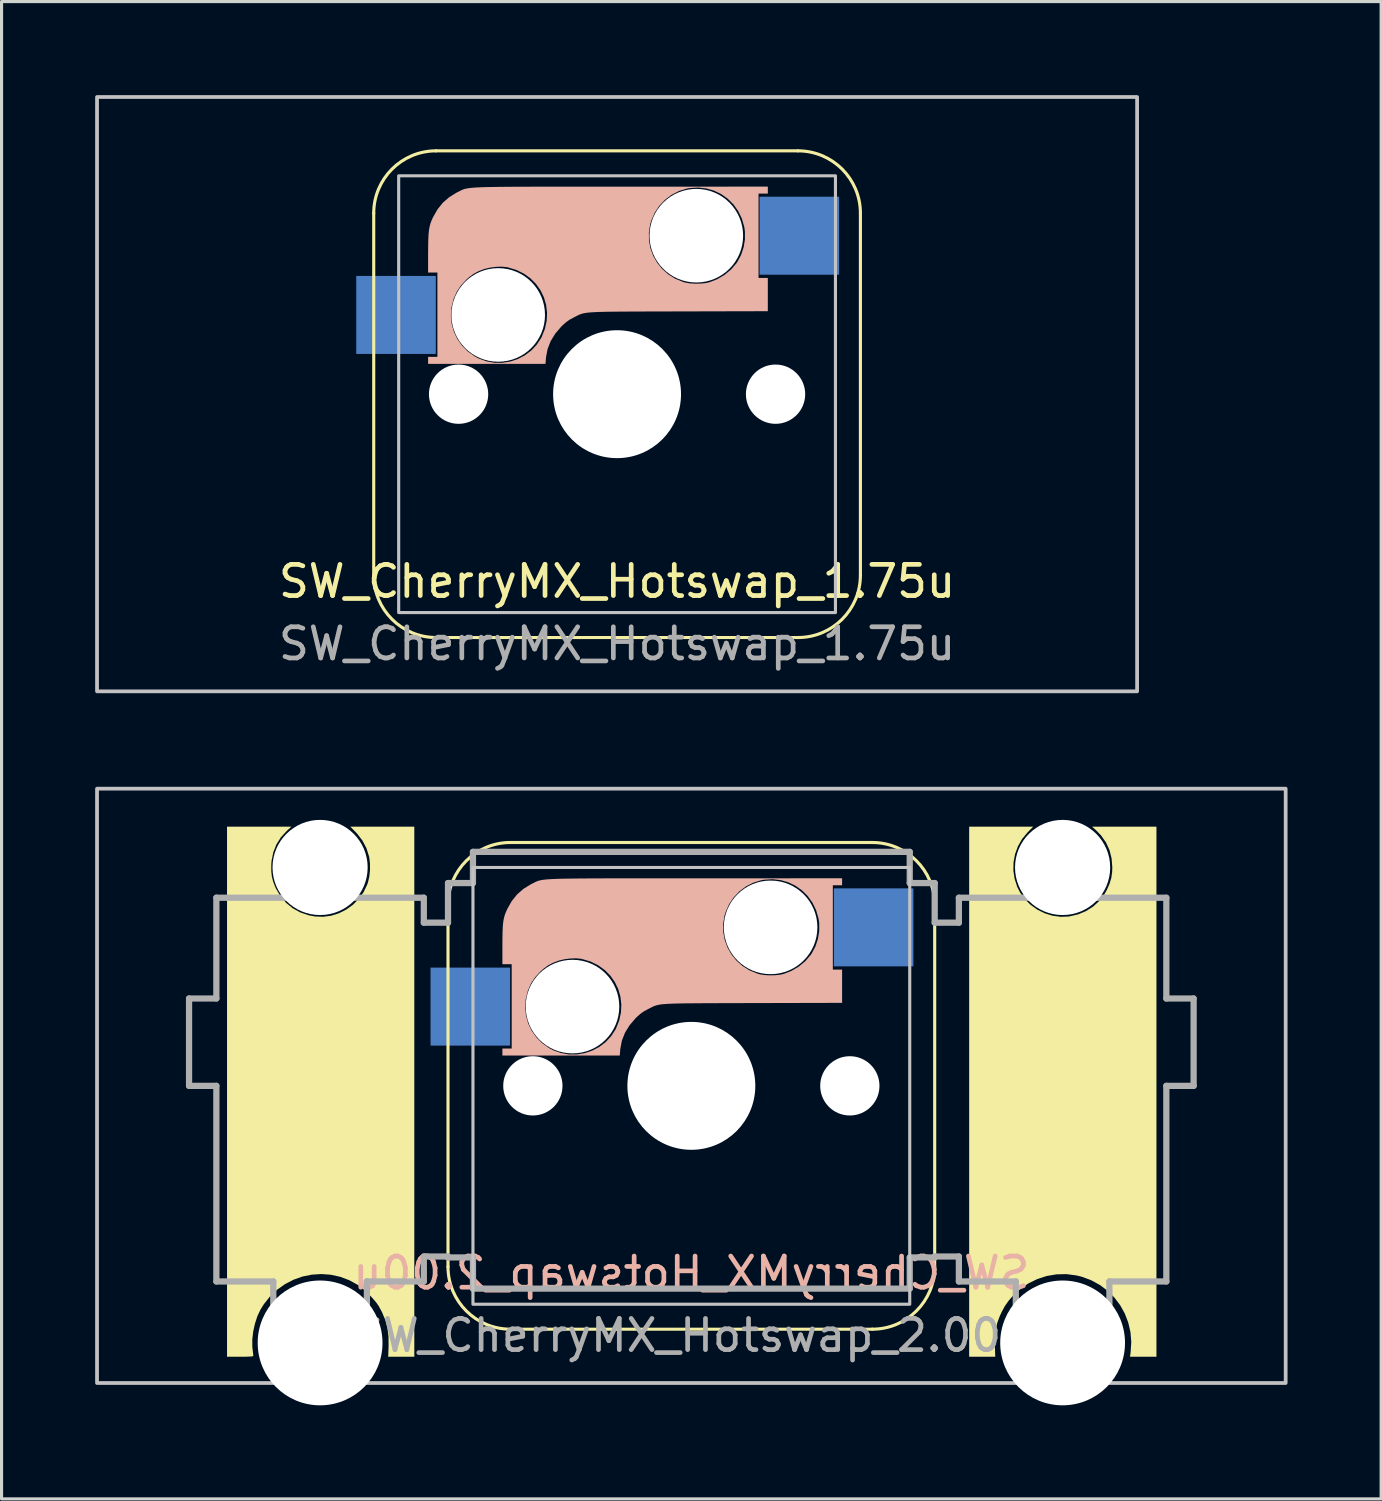
<source format=kicad_pcb>
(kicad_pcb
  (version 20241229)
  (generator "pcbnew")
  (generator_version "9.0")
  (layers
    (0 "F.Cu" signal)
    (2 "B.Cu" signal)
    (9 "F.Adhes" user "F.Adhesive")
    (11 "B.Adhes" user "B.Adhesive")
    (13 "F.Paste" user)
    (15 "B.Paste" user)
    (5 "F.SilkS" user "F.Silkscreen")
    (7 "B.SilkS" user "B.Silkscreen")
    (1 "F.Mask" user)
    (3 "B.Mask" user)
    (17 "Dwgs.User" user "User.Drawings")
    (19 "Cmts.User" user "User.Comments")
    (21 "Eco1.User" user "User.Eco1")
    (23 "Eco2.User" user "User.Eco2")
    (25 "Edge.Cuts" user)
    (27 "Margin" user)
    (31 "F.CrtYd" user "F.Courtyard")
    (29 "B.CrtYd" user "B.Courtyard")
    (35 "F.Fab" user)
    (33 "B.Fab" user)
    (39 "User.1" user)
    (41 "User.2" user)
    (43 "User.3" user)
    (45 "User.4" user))
  (footprint "SW_CherryMX_Hotswap_1.75u"
    (layer "F.Cu")
    (at 16.729 9.585)
    (property "Reference" "SW_CherryMX_Hotswap_1.75u" (at 0 6 0) (unlocked yes) (layer "F.SilkS") (effects (font (size 1 1) (thickness 0.15))))
    (attr smd)
    (fp_line (start -7.8 -5.8) (end -7.8 5.8) (stroke (width 0.1) (type default)) (layer "F.SilkS"))
    (fp_line (start -5.8 -7.8) (end 5.8 -7.8) (stroke (width 0.1) (type default)) (layer "F.SilkS"))
    (fp_line (start -5.8 7.8) (end 5.8 7.8) (stroke (width 0.1) (type default)) (layer "F.SilkS"))
    (fp_line (start 7.8 -5.8) (end 7.8 5.8) (stroke (width 0.1) (type default)) (layer "F.SilkS"))
    (fp_arc (start -7.8 -5.8) (mid -7.214214 -7.214214) (end -5.8 -7.8) (stroke (width 0.1) (type default)) (layer "F.SilkS"))
    (fp_arc (start -5.8 7.8) (mid -7.214214 7.214214) (end -7.8 5.8) (stroke (width 0.1) (type default)) (layer "F.SilkS"))
    (fp_arc (start 5.8 -7.8) (mid 7.214214 -7.214214) (end 7.8 -5.8) (stroke (width 0.1) (type default)) (layer "F.SilkS"))
    (fp_arc (start 7.8 5.8) (mid 7.214214 7.214214) (end 5.8 7.8) (stroke (width 0.1) (type default)) (layer "F.SilkS"))
    (fp_poly (pts (xy -6.057 -1.196) (xy -5.759 -1.196) (xy -5.759 -3.899) (xy -6.057 -3.899) (xy -6.057 -4.526) (xy -6.055 -4.762) (xy -6.051 -4.956) (xy -6.043 -5.116) (xy -6.03 -5.249) (xy -6.011 -5.361) (xy -5.985 -5.462) (xy -5.95 -5.558) (xy -5.907 -5.656) (xy -5.899 -5.672) (xy -5.756 -5.924) (xy -5.584 -6.137) (xy -5.379 -6.316) (xy -5.138 -6.464) (xy -5.102 -6.481) (xy -5.062 -6.501) (xy -5.026 -6.52) (xy -4.992 -6.537) (xy -4.958 -6.552) (xy -4.922 -6.566) (xy -4.882 -6.579) (xy -4.835 -6.59) (xy -4.78 -6.6) (xy -4.713 -6.609) (xy -4.634 -6.617) (xy -4.539 -6.624) (xy -4.428 -6.63) (xy -4.296 -6.635) (xy -4.143 -6.639) (xy -3.966 -6.642) (xy -3.764 -6.645) (xy -3.533 -6.647) (xy -3.272 -6.649) (xy -2.978 -6.65) (xy -2.65 -6.651) (xy -2.285 -6.652) (xy -1.881 -6.652) (xy -1.437 -6.652) (xy -0.948 -6.652) (xy -0.415 -6.652) (xy 0.138 -6.652) (xy 4.832 -6.653) (xy 4.832 -6.429) (xy 4.535 -6.429) (xy 4.535 -4.964) (xy 4.099 -4.964) (xy 4.098 -5.219) (xy 4.077 -5.362) (xy 4 -5.628) (xy 3.883 -5.869) (xy 3.732 -6.082) (xy 3.549 -6.264) (xy 3.341 -6.413) (xy 3.111 -6.524) (xy 2.863 -6.595) (xy 2.602 -6.624) (xy 2.333 -6.607) (xy 2.24 -6.591) (xy 1.984 -6.512) (xy 1.748 -6.391) (xy 1.537 -6.232) (xy 1.355 -6.039) (xy 1.207 -5.817) (xy 1.098 -5.569) (xy 1.061 -5.447) (xy 1.019 -5.185) (xy 1.023 -4.926) (xy 1.07 -4.674) (xy 1.158 -4.436) (xy 1.284 -4.214) (xy 1.444 -4.016) (xy 1.637 -3.844) (xy 1.858 -3.705) (xy 2.104 -3.602) (xy 2.203 -3.574) (xy 2.339 -3.552) (xy 2.501 -3.542) (xy 2.671 -3.545) (xy 2.83 -3.56) (xy 2.958 -3.587) (xy 3.212 -3.686) (xy 3.447 -3.825) (xy 3.655 -3.998) (xy 3.827 -4.199) (xy 3.855 -4.239) (xy 3.975 -4.463) (xy 4.057 -4.708) (xy 4.099 -4.964) (xy 4.535 -4.964) (xy 4.535 -3.726) (xy 4.832 -3.726) (xy 4.832 -2.66) (xy 1.961 -2.653) (xy 1.516 -2.652) (xy 1.117 -2.651) (xy 0.762 -2.65) (xy 0.448 -2.649) (xy 0.172 -2.647) (xy -0.069 -2.645) (xy -0.277 -2.643) (xy -0.456 -2.639) (xy -0.609 -2.635) (xy -0.738 -2.629) (xy -0.846 -2.622) (xy -0.936 -2.614) (xy -0.954 -2.612) (xy -2.244 -2.612) (xy -2.274 -2.863) (xy -2.344 -3.103) (xy -2.453 -3.328) (xy -2.597 -3.533) (xy -2.776 -3.713) (xy -2.985 -3.864) (xy -3.224 -3.982) (xy -3.489 -4.062) (xy -3.546 -4.074) (xy -3.699 -4.088) (xy -3.878 -4.082) (xy -4.062 -4.059) (xy -4.231 -4.02) (xy -4.265 -4.009) (xy -4.441 -3.942) (xy -4.589 -3.863) (xy -4.729 -3.761) (xy -4.832 -3.67) (xy -5.006 -3.483) (xy -5.138 -3.283) (xy -5.237 -3.058) (xy -5.242 -3.045) (xy -5.308 -2.779) (xy -5.327 -2.514) (xy -5.301 -2.254) (xy -5.232 -2.005) (xy -5.121 -1.772) (xy -4.972 -1.559) (xy -4.786 -1.371) (xy -4.566 -1.214) (xy -4.43 -1.142) (xy -4.184 -1.052) (xy -3.93 -1.007) (xy -3.674 -1.006) (xy -3.423 -1.047) (xy -3.181 -1.127) (xy -2.956 -1.244) (xy -2.752 -1.398) (xy -2.576 -1.585) (xy -2.433 -1.803) (xy -2.417 -1.834) (xy -2.313 -2.093) (xy -2.256 -2.353) (xy -2.244 -2.612) (xy -0.954 -2.612) (xy -1.011 -2.604) (xy -1.075 -2.592) (xy -1.129 -2.578) (xy -1.177 -2.562) (xy -1.221 -2.544) (xy -1.265 -2.523) (xy -1.311 -2.499) (xy -1.362 -2.473) (xy -1.393 -2.457) (xy -1.521 -2.388) (xy -1.631 -2.31) (xy -1.742 -2.212) (xy -1.79 -2.165) (xy -1.983 -1.938) (xy -2.129 -1.699) (xy -2.227 -1.448) (xy -2.277 -1.185) (xy -2.28 -1.154) (xy -2.294 -0.972) (xy -6.057 -0.972)) (stroke (width 0) (type solid)) (fill yes) (layer "B.SilkS"))
    (fp_rect (start -16.669 -9.525) (end 16.669 9.525) (stroke (width 0.12) (type solid)) (fill no) (layer "Dwgs.User"))
    (fp_rect (start -7 7) (end 7 -7) (stroke (width 0.1) (type default)) (fill no) (layer "Dwgs.User"))
    (fp_text user "${REFERENCE}" (at 0 8 0) (unlocked yes) (layer "F.Fab") (effects (font (size 1 1) (thickness 0.15))))
    (pad "" np_thru_hole circle (at -5.08 0) (size 1.9 1.9) (drill 1.9) (layers "*.Cu" "*.Mask"))
    (pad "" np_thru_hole circle (at -3.81 -2.54) (size 3 3) (drill 3) (layers "*.Cu" "*.Mask"))
    (pad "" np_thru_hole circle (at 0 0) (size 4.1 4.1) (drill 4.1) (layers "*.Cu" "*.Mask"))
    (pad "" np_thru_hole circle (at 2.54 -5.08) (size 3 3) (drill 3) (layers "*.Cu" "*.Mask"))
    (pad "" np_thru_hole circle (at 5.08 0) (size 1.9 1.9) (drill 1.9) (layers "*.Cu" "*.Mask"))
    (pad "1" smd rect (at -7.085 -2.54) (size 2.55 2.5) (layers "B.Cu" "B.Mask" "B.Paste"))
    (pad "2" smd rect (at 5.842 -5.08) (size 2.55 2.5) (layers "B.Cu" "B.Mask" "B.Paste")))
  (footprint "SW_CherryMX_Hotswap_2.00u"
    (layer "F.Cu")
    (at 19.11 31.755)
    (property "Reference" "SW_CherryMX_Hotswap_2.00u" (at 0 6 0) (unlocked yes) (layer "B.SilkS") (effects (font (size 1 1) (thickness 0.15)) (justify mirror)))
    (attr smd)
    (fp_line (start -7.8 -5.8) (end -7.8 5.8) (stroke (width 0.1) (type default)) (layer "F.SilkS"))
    (fp_line (start -5.8 -7.8) (end 5.8 -7.8) (stroke (width 0.1) (type default)) (layer "F.SilkS"))
    (fp_line (start -5.8 7.8) (end 5.8 7.8) (stroke (width 0.1) (type default)) (layer "F.SilkS"))
    (fp_line (start 7.8 -5.8) (end 7.8 5.8) (stroke (width 0.1) (type default)) (layer "F.SilkS"))
    (fp_arc (start -7.8 -5.8) (mid -7.214214 -7.214214) (end -5.8 -7.8) (stroke (width 0.1) (type default)) (layer "F.SilkS"))
    (fp_arc (start -5.8 7.8) (mid -7.214214 7.214214) (end -7.8 5.8) (stroke (width 0.1) (type default)) (layer "F.SilkS"))
    (fp_arc (start 5.8 -7.8) (mid 7.214214 -7.214214) (end 7.8 -5.8) (stroke (width 0.1) (type default)) (layer "F.SilkS"))
    (fp_arc (start 7.8 5.8) (mid 7.214214 7.214214) (end 5.8 7.8) (stroke (width 0.1) (type default)) (layer "F.SilkS"))
    (fp_poly (pts (xy 10.778 -8.126) (xy 10.602 -7.914) (xy 10.468 -7.679) (xy 10.376 -7.428) (xy 10.327 -7.166) (xy 10.322 -6.9) (xy 10.362 -6.635) (xy 10.446 -6.377) (xy 10.535 -6.2) (xy 10.687 -5.986) (xy 10.874 -5.801) (xy 11.089 -5.648) (xy 11.325 -5.531) (xy 11.576 -5.453) (xy 11.834 -5.418) (xy 12.093 -5.427) (xy 12.119 -5.431) (xy 12.397 -5.496) (xy 12.652 -5.602) (xy 12.88 -5.747) (xy 13.078 -5.929) (xy 13.242 -6.145) (xy 13.321 -6.287) (xy 13.407 -6.484) (xy 13.462 -6.668) (xy 13.488 -6.857) (xy 13.493 -7.005) (xy 13.47 -7.292) (xy 13.402 -7.559) (xy 13.289 -7.804) (xy 13.132 -8.027) (xy 12.985 -8.18) (xy 12.845 -8.308) (xy 14.908 -8.308) (xy 14.908 8.683) (xy 14.061 8.683) (xy 14.08 8.54) (xy 14.101 8.214) (xy 14.075 7.895) (xy 14.005 7.59) (xy 13.894 7.3) (xy 13.745 7.031) (xy 13.56 6.786) (xy 13.342 6.568) (xy 13.093 6.382) (xy 12.816 6.231) (xy 12.515 6.119) (xy 12.341 6.076) (xy 12.023 6.035) (xy 11.705 6.042) (xy 11.393 6.094) (xy 11.092 6.191) (xy 10.807 6.33) (xy 10.544 6.509) (xy 10.309 6.727) (xy 10.302 6.734) (xy 10.162 6.898) (xy 10.048 7.061) (xy 9.95 7.242) (xy 9.884 7.385) (xy 9.81 7.582) (xy 9.761 7.777) (xy 9.734 7.986) (xy 9.726 8.22) (xy 9.729 8.341) (xy 9.741 8.683) (xy 8.905 8.683) (xy 8.905 -8.308) (xy 10.957 -8.308)) (stroke (width 0) (type solid)) (fill yes) (layer "F.SilkS"))
    (fp_poly (pts (xy -12.968 -8.172) (xy -13.157 -7.966) (xy -13.3 -7.739) (xy -13.399 -7.49) (xy -13.454 -7.22) (xy -13.464 -7.099) (xy -13.465 -6.892) (xy -13.447 -6.714) (xy -13.405 -6.547) (xy -13.337 -6.372) (xy -13.308 -6.311) (xy -13.165 -6.07) (xy -12.987 -5.863) (xy -12.777 -5.692) (xy -12.539 -5.56) (xy -12.274 -5.469) (xy -12.066 -5.429) (xy -11.801 -5.419) (xy -11.541 -5.454) (xy -11.292 -5.533) (xy -11.059 -5.651) (xy -10.847 -5.804) (xy -10.661 -5.99) (xy -10.508 -6.205) (xy -10.392 -6.446) (xy -10.365 -6.522) (xy -10.322 -6.709) (xy -10.3 -6.92) (xy -10.301 -7.134) (xy -10.325 -7.33) (xy -10.33 -7.351) (xy -10.414 -7.616) (xy -10.543 -7.862) (xy -10.713 -8.084) (xy -10.753 -8.126) (xy -10.932 -8.308) (xy -8.88 -8.308) (xy -8.88 8.683) (xy -9.717 8.683) (xy -9.704 8.341) (xy -9.707 8.039) (xy -9.741 7.765) (xy -9.809 7.508) (xy -9.915 7.255) (xy -10.025 7.052) (xy -10.095 6.952) (xy -10.195 6.833) (xy -10.312 6.707) (xy -10.437 6.585) (xy -10.559 6.477) (xy -10.667 6.395) (xy -10.678 6.388) (xy -10.962 6.231) (xy -11.258 6.12) (xy -11.56 6.054) (xy -11.866 6.032) (xy -12.169 6.052) (xy -12.467 6.113) (xy -12.754 6.215) (xy -13.025 6.356) (xy -13.278 6.535) (xy -13.506 6.751) (xy -13.706 7.003) (xy -13.81 7.17) (xy -13.909 7.38) (xy -13.987 7.618) (xy -14.043 7.87) (xy -14.073 8.12) (xy -14.073 8.354) (xy -14.065 8.435) (xy -14.053 8.529) (xy -14.045 8.605) (xy -14.04 8.649) (xy -14.04 8.652) (xy -14.052 8.664) (xy -14.092 8.673) (xy -14.165 8.678) (xy -14.276 8.682) (xy -14.43 8.683) (xy -14.461 8.683) (xy -14.883 8.683) (xy -14.883 -8.308) (xy -12.821 -8.308)) (stroke (width 0) (type solid)) (fill yes) (layer "F.SilkS"))
    (fp_poly (pts (xy -6.057 -1.196) (xy -5.759 -1.196) (xy -5.759 -3.899) (xy -6.057 -3.899) (xy -6.057 -4.526) (xy -6.055 -4.762) (xy -6.051 -4.956) (xy -6.043 -5.116) (xy -6.03 -5.249) (xy -6.011 -5.361) (xy -5.985 -5.462) (xy -5.95 -5.558) (xy -5.907 -5.656) (xy -5.899 -5.672) (xy -5.756 -5.924) (xy -5.584 -6.137) (xy -5.379 -6.316) (xy -5.138 -6.464) (xy -5.102 -6.481) (xy -5.062 -6.501) (xy -5.026 -6.52) (xy -4.992 -6.537) (xy -4.958 -6.552) (xy -4.922 -6.566) (xy -4.882 -6.579) (xy -4.835 -6.59) (xy -4.78 -6.6) (xy -4.713 -6.609) (xy -4.634 -6.617) (xy -4.539 -6.624) (xy -4.428 -6.63) (xy -4.296 -6.635) (xy -4.143 -6.639) (xy -3.966 -6.642) (xy -3.764 -6.645) (xy -3.533 -6.647) (xy -3.272 -6.649) (xy -2.978 -6.65) (xy -2.65 -6.651) (xy -2.285 -6.652) (xy -1.881 -6.652) (xy -1.437 -6.652) (xy -0.948 -6.652) (xy -0.415 -6.652) (xy 0.138 -6.652) (xy 4.832 -6.653) (xy 4.832 -6.429) (xy 4.535 -6.429) (xy 4.535 -4.964) (xy 4.099 -4.964) (xy 4.098 -5.219) (xy 4.077 -5.362) (xy 4 -5.628) (xy 3.883 -5.869) (xy 3.732 -6.082) (xy 3.549 -6.264) (xy 3.341 -6.413) (xy 3.111 -6.524) (xy 2.863 -6.595) (xy 2.602 -6.624) (xy 2.333 -6.607) (xy 2.24 -6.591) (xy 1.984 -6.512) (xy 1.748 -6.391) (xy 1.537 -6.232) (xy 1.355 -6.039) (xy 1.207 -5.817) (xy 1.098 -5.569) (xy 1.061 -5.447) (xy 1.019 -5.185) (xy 1.023 -4.926) (xy 1.07 -4.674) (xy 1.158 -4.436) (xy 1.284 -4.214) (xy 1.444 -4.016) (xy 1.637 -3.844) (xy 1.858 -3.705) (xy 2.104 -3.602) (xy 2.203 -3.574) (xy 2.339 -3.552) (xy 2.501 -3.542) (xy 2.671 -3.545) (xy 2.83 -3.56) (xy 2.958 -3.587) (xy 3.212 -3.686) (xy 3.447 -3.825) (xy 3.655 -3.998) (xy 3.827 -4.199) (xy 3.855 -4.239) (xy 3.975 -4.463) (xy 4.057 -4.708) (xy 4.099 -4.964) (xy 4.535 -4.964) (xy 4.535 -3.726) (xy 4.832 -3.726) (xy 4.832 -2.66) (xy 1.961 -2.653) (xy 1.516 -2.652) (xy 1.117 -2.651) (xy 0.762 -2.65) (xy 0.448 -2.649) (xy 0.172 -2.647) (xy -0.069 -2.645) (xy -0.277 -2.643) (xy -0.456 -2.639) (xy -0.609 -2.635) (xy -0.738 -2.629) (xy -0.846 -2.622) (xy -0.936 -2.614) (xy -0.954 -2.612) (xy -2.244 -2.612) (xy -2.274 -2.863) (xy -2.344 -3.103) (xy -2.453 -3.328) (xy -2.597 -3.533) (xy -2.776 -3.713) (xy -2.985 -3.864) (xy -3.224 -3.982) (xy -3.489 -4.062) (xy -3.546 -4.074) (xy -3.699 -4.088) (xy -3.878 -4.082) (xy -4.062 -4.059) (xy -4.231 -4.02) (xy -4.265 -4.009) (xy -4.441 -3.942) (xy -4.589 -3.863) (xy -4.729 -3.761) (xy -4.832 -3.67) (xy -5.006 -3.483) (xy -5.138 -3.283) (xy -5.237 -3.058) (xy -5.242 -3.045) (xy -5.308 -2.779) (xy -5.327 -2.514) (xy -5.301 -2.254) (xy -5.232 -2.005) (xy -5.121 -1.772) (xy -4.972 -1.559) (xy -4.786 -1.371) (xy -4.566 -1.214) (xy -4.43 -1.142) (xy -4.184 -1.052) (xy -3.93 -1.007) (xy -3.674 -1.006) (xy -3.423 -1.047) (xy -3.181 -1.127) (xy -2.956 -1.244) (xy -2.752 -1.398) (xy -2.576 -1.585) (xy -2.433 -1.803) (xy -2.417 -1.834) (xy -2.313 -2.093) (xy -2.256 -2.353) (xy -2.244 -2.612) (xy -0.954 -2.612) (xy -1.011 -2.604) (xy -1.075 -2.592) (xy -1.129 -2.578) (xy -1.177 -2.562) (xy -1.221 -2.544) (xy -1.265 -2.523) (xy -1.311 -2.499) (xy -1.362 -2.473) (xy -1.393 -2.457) (xy -1.521 -2.388) (xy -1.631 -2.31) (xy -1.742 -2.212) (xy -1.79 -2.165) (xy -1.983 -1.938) (xy -2.129 -1.699) (xy -2.227 -1.448) (xy -2.277 -1.185) (xy -2.28 -1.154) (xy -2.294 -0.972) (xy -6.057 -0.972)) (stroke (width 0) (type solid)) (fill yes) (layer "B.SilkS"))
    (fp_rect (start -19.05 -9.525) (end 19.05 9.525) (stroke (width 0.12) (type solid)) (fill no) (layer "Dwgs.User"))
    (fp_rect (start -7 7) (end 7 -7) (stroke (width 0.1) (type default)) (fill no) (layer "Dwgs.User"))
    (fp_line (start -16.1 -2.8) (end -16.1 0) (stroke (width 0.2) (type solid)) (layer "F.Fab"))
    (fp_line (start -16.1 0) (end -15.225 0) (stroke (width 0.2) (type solid)) (layer "F.Fab"))
    (fp_line (start -15.225 -6.03) (end -15.225 -2.8) (stroke (width 0.2) (type solid)) (layer "F.Fab"))
    (fp_line (start -15.225 -2.8) (end -16.1 -2.8) (stroke (width 0.2) (type solid)) (layer "F.Fab"))
    (fp_line (start -15.225 0) (end -15.225 6.27) (stroke (width 0.2) (type solid)) (layer "F.Fab"))
    (fp_line (start -15.225 6.27) (end -13.4 6.27) (stroke (width 0.2) (type solid)) (layer "F.Fab"))
    (fp_line (start -13.4 6.27) (end -13.4 7.47) (stroke (width 0.2) (type solid)) (layer "F.Fab"))
    (fp_line (start -13.4 7.47) (end -10.4 7.47) (stroke (width 0.2) (type solid)) (layer "F.Fab"))
    (fp_line (start -10.4 6.27) (end -10.4 6.27) (stroke (width 0.2) (type solid)) (layer "F.Fab"))
    (fp_line (start -10.4 6.27) (end -8.575 6.27) (stroke (width 0.2) (type solid)) (layer "F.Fab"))
    (fp_line (start -10.4 7.47) (end -10.4 6.27) (stroke (width 0.2) (type solid)) (layer "F.Fab"))
    (fp_line (start -8.575 -6.03) (end -15.225 -6.03) (stroke (width 0.2) (type solid)) (layer "F.Fab"))
    (fp_line (start -8.575 -5.23) (end -8.575 -6.03) (stroke (width 0.2) (type solid)) (layer "F.Fab"))
    (fp_line (start -8.575 5.47) (end -7.8 5.47) (stroke (width 0.2) (type solid)) (layer "F.Fab"))
    (fp_line (start -8.575 6.27) (end -8.575 5.47) (stroke (width 0.2) (type solid)) (layer "F.Fab"))
    (fp_line (start -7.8 -6.5) (end -7.8 -5.23) (stroke (width 0.2) (type solid)) (layer "F.Fab"))
    (fp_line (start -7.8 -5.23) (end -8.575 -5.23) (stroke (width 0.2) (type solid)) (layer "F.Fab"))
    (fp_line (start -7.8 5.47) (end -7.8 5.5) (stroke (width 0.2) (type solid)) (layer "F.Fab"))
    (fp_line (start -7.8 5.5) (end -7 5.5) (stroke (width 0.2) (type solid)) (layer "F.Fab"))
    (fp_line (start -7 -7.5) (end -7 -6.5) (stroke (width 0.2) (type solid)) (layer "F.Fab"))
    (fp_line (start -7 -6.5) (end -7.8 -6.5) (stroke (width 0.2) (type solid)) (layer "F.Fab"))
    (fp_line (start -7 5.5) (end -7 6.5) (stroke (width 0.2) (type solid)) (layer "F.Fab"))
    (fp_line (start -7 6.5) (end 7 6.5) (stroke (width 0.2) (type solid)) (layer "F.Fab"))
    (fp_line (start 7 -7.5) (end -7 -7.5) (stroke (width 0.2) (type solid)) (layer "F.Fab"))
    (fp_line (start 7 -6.5) (end 7 -7.5) (stroke (width 0.2) (type solid)) (layer "F.Fab"))
    (fp_line (start 7 5.5) (end 7.8 5.5) (stroke (width 0.2) (type solid)) (layer "F.Fab"))
    (fp_line (start 7 6.5) (end 7 5.5) (stroke (width 0.2) (type solid)) (layer "F.Fab"))
    (fp_line (start 7.8 -6.5) (end 7 -6.5) (stroke (width 0.2) (type solid)) (layer "F.Fab"))
    (fp_line (start 7.8 -5.23) (end 7.8 -6.5) (stroke (width 0.2) (type solid)) (layer "F.Fab"))
    (fp_line (start 7.8 5.47) (end 8.575 5.47) (stroke (width 0.2) (type solid)) (layer "F.Fab"))
    (fp_line (start 7.8 5.5) (end 7.8 5.47) (stroke (width 0.2) (type solid)) (layer "F.Fab"))
    (fp_line (start 8.575 -6.03) (end 8.575 -5.23) (stroke (width 0.2) (type solid)) (layer "F.Fab"))
    (fp_line (start 8.575 -5.23) (end 7.8 -5.23) (stroke (width 0.2) (type solid)) (layer "F.Fab"))
    (fp_line (start 8.575 5.47) (end 8.575 6.27) (stroke (width 0.2) (type solid)) (layer "F.Fab"))
    (fp_line (start 8.575 6.27) (end 10.4 6.27) (stroke (width 0.2) (type solid)) (layer "F.Fab"))
    (fp_line (start 10.4 6.27) (end 10.4 7.47) (stroke (width 0.2) (type solid)) (layer "F.Fab"))
    (fp_line (start 10.4 7.47) (end 13.4 7.47) (stroke (width 0.2) (type solid)) (layer "F.Fab"))
    (fp_line (start 13.4 6.27) (end 15.225 6.27) (stroke (width 0.2) (type solid)) (layer "F.Fab"))
    (fp_line (start 13.4 7.47) (end 13.4 6.27) (stroke (width 0.2) (type solid)) (layer "F.Fab"))
    (fp_line (start 15.225 -6.03) (end 8.575 -6.03) (stroke (width 0.2) (type solid)) (layer "F.Fab"))
    (fp_line (start 15.225 -2.8) (end 15.225 -6.03) (stroke (width 0.2) (type solid)) (layer "F.Fab"))
    (fp_line (start 15.225 0) (end 16.1 0) (stroke (width 0.2) (type solid)) (layer "F.Fab"))
    (fp_line (start 15.225 6.27) (end 15.225 0) (stroke (width 0.2) (type solid)) (layer "F.Fab"))
    (fp_line (start 16.1 -2.8) (end 15.225 -2.8) (stroke (width 0.2) (type solid)) (layer "F.Fab"))
    (fp_line (start 16.1 0) (end 16.1 -2.8) (stroke (width 0.2) (type solid)) (layer "F.Fab"))
    (fp_text user "${REFERENCE}" (at 0 8 0) (unlocked yes) (layer "F.Fab") (effects (font (size 1 1) (thickness 0.15))))
    (pad "" np_thru_hole circle (at -11.9 -7) (size 3.05 3.05) (drill 3.05) (layers "*.Cu" "*.Mask"))
    (pad "" np_thru_hole circle (at -11.9 8.24) (size 4 4) (drill 4) (layers "*.Cu" "*.Mask"))
    (pad "" np_thru_hole circle (at -5.08 0) (size 1.9 1.9) (drill 1.9) (layers "*.Cu" "*.Mask"))
    (pad "" np_thru_hole circle (at -3.81 -2.54) (size 3 3) (drill 3) (layers "*.Cu" "*.Mask"))
    (pad "" np_thru_hole circle (at 0 0) (size 4.1 4.1) (drill 4.1) (layers "*.Cu" "*.Mask"))
    (pad "" np_thru_hole circle (at 2.54 -5.08) (size 3 3) (drill 3) (layers "*.Cu" "*.Mask"))
    (pad "" np_thru_hole circle (at 5.08 0) (size 1.9 1.9) (drill 1.9) (layers "*.Cu" "*.Mask"))
    (pad "" np_thru_hole circle (at 11.9 -7) (size 3.05 3.05) (drill 3.05) (layers "*.Cu" "*.Mask"))
    (pad "" np_thru_hole circle (at 11.9 8.24) (size 4 4) (drill 4) (layers "*.Cu" "*.Mask"))
    (pad "1" smd rect (at -7.085 -2.54) (size 2.55 2.5) (layers "B.Cu" "B.Mask" "B.Paste"))
    (pad "2" smd rect (at 5.842 -5.08) (size 2.55 2.5) (layers "B.Cu" "B.Mask" "B.Paste")))
  (gr_rect
    (start -3 -3)
    (end 41.22 44.995)
    (stroke (width 0.1) (type default))
    (fill no)
    (layer "Edge.Cuts")))
</source>
